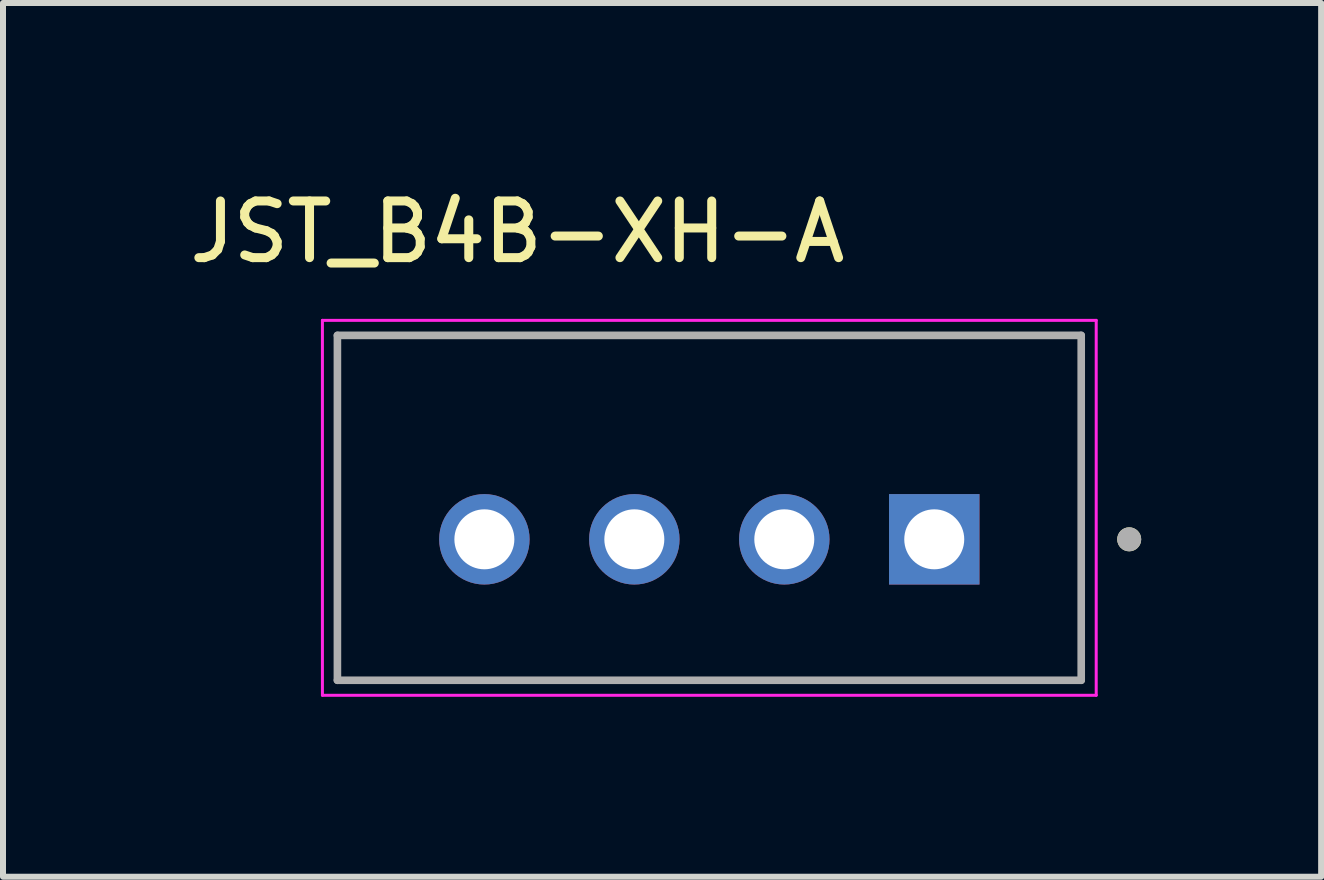
<source format=kicad_pcb>
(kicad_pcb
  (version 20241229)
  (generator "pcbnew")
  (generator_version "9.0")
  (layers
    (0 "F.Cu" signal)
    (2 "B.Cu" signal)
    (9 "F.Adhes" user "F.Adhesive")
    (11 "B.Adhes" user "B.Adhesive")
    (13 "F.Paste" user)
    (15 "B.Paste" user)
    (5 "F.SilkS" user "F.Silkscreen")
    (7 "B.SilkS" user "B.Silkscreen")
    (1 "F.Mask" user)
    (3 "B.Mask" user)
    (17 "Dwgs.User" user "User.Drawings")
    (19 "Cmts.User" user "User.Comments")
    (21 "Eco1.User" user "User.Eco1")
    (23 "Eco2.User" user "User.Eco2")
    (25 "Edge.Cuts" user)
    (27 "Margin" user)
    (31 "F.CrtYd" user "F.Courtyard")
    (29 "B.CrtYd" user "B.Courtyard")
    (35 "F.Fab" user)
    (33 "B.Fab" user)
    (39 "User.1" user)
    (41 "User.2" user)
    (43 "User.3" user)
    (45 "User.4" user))
  (footprint "JST_B4B-XH-A"
    (layer "F.Cu")
    (at 8.775 5.416)
    (property "Reference" "JST_B4B-XH-A" (at -3.2 -4.6 0) (layer "F.SilkS") (effects (font (size 0.945 0.945) (thickness 0.15))))
    (attr through_hole)
    (fp_circle (center 7 0.525) (end 7.1 0.525) (stroke (width 0.2) (type solid)) (fill no) (layer "F.SilkS"))
    (fp_line (start -6.45 -3.125) (end 6.45 -3.125) (stroke (width 0.05) (type solid)) (layer "F.CrtYd"))
    (fp_line (start -6.45 3.125) (end -6.45 -3.125) (stroke (width 0.05) (type solid)) (layer "F.CrtYd"))
    (fp_line (start 6.45 -3.125) (end 6.45 3.125) (stroke (width 0.05) (type solid)) (layer "F.CrtYd"))
    (fp_line (start 6.45 3.125) (end -6.45 3.125) (stroke (width 0.05) (type solid)) (layer "F.CrtYd"))
    (fp_line (start -6.2 -2.875) (end 6.2 -2.875) (stroke (width 0.127) (type solid)) (layer "F.Fab"))
    (fp_line (start -6.2 2.875) (end -6.2 -2.875) (stroke (width 0.127) (type solid)) (layer "F.Fab"))
    (fp_line (start 6.2 -2.875) (end 6.2 2.875) (stroke (width 0.127) (type solid)) (layer "F.Fab"))
    (fp_line (start 6.2 2.875) (end -6.2 2.875) (stroke (width 0.127) (type solid)) (layer "F.Fab"))
    (fp_circle (center 7 0.525) (end 7.1 0.525) (stroke (width 0.2) (type solid)) (fill no) (layer "F.Fab"))
    (pad "1" thru_hole rect (at 3.75 0.525) (size 1.508 1.508) (drill 1) (layers "*.Cu" "*.Mask"))
    (pad "2" thru_hole circle (at 1.25 0.525) (size 1.508 1.508) (drill 1) (layers "*.Cu" "*.Mask"))
    (pad "3" thru_hole circle (at -1.25 0.525) (size 1.508 1.508) (drill 1) (layers "*.Cu" "*.Mask"))
    (pad "4" thru_hole circle (at -3.75 0.525) (size 1.508 1.508) (drill 1) (layers "*.Cu" "*.Mask")))
  (gr_rect
    (start -3 -3)
    (end 18.975 11.566)
    (stroke (width 0.1) (type default))
    (fill no)
    (layer "Edge.Cuts")))
</source>
